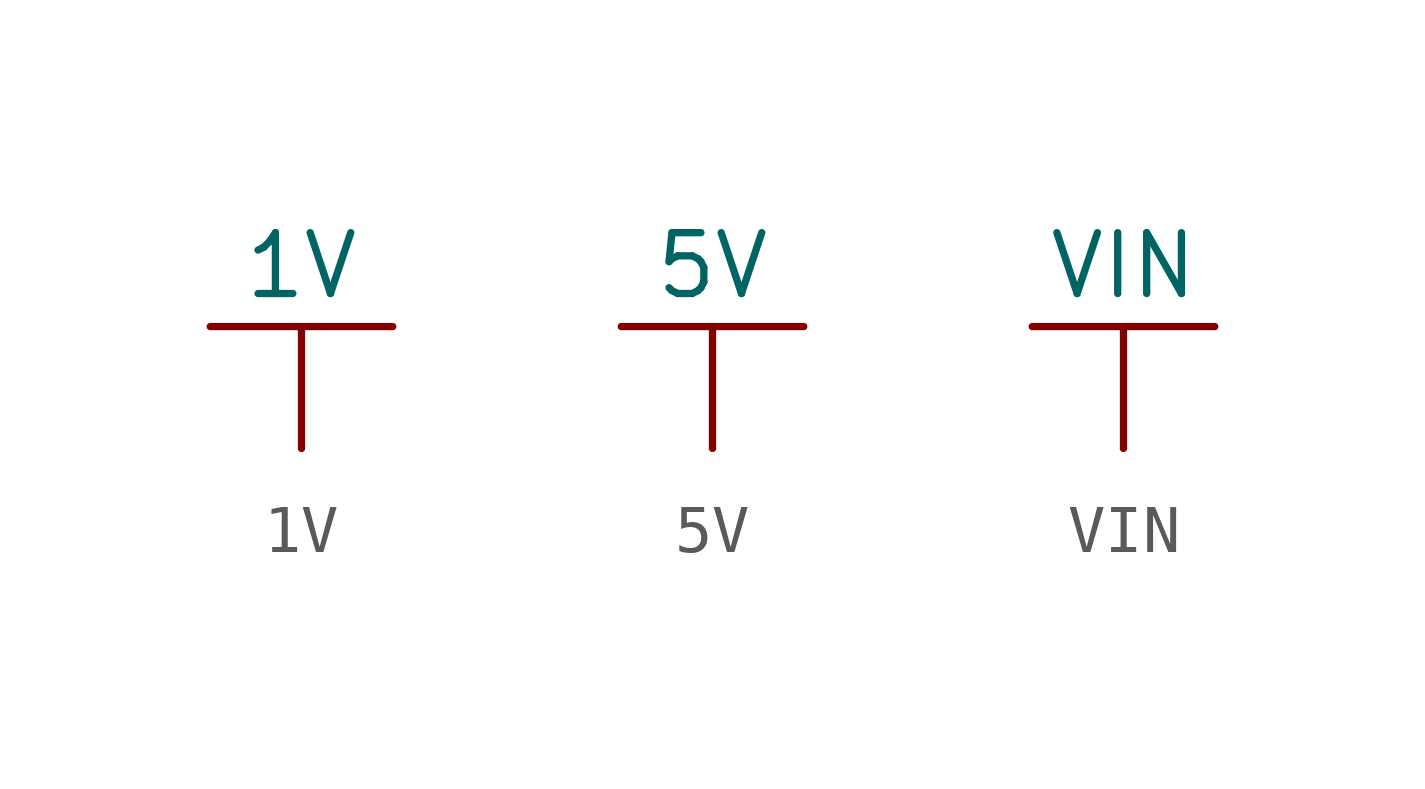
<source format=kicad_sym>
(kicad_symbol_lib
  (version 20211014)
  (generator kicad_symbol_editor)
  (symbol "1V"
    (power)
    (property "Reference" "#1V?"
      (at 0 -9.525 0)
      (effects (font (size 1.27 1.27)) hide))
    (property "Value" "1V"
      (at 0 1.27 0)
      (effects (font (size 1.27 1.27))))
    (symbol "1V_0_1"
      (polyline (pts (xy -1.905 0) (xy 1.905 0)) (stroke (width 0) (type default) (color 0 0 0 0)) (fill (type none)))
      (polyline (pts (xy 0 0) (xy 0 -2.54)) (stroke (width 0) (type default) (color 0 0 0 0)) (fill (type none))))
    (symbol "1V_1_1"
      (pin power_in line (at 0 -2.54 90) (length 0) (name "1V" (effects (font (size 0 0)))) (number "1" (effects (font (size 0 0)))))))
  (symbol "5V"
    (power)
    (property "Reference" "#5V?"
      (at 0 -9.525 0)
      (effects (font (size 1.27 1.27)) hide))
    (property "Value" "5V"
      (at 0 1.27 0)
      (effects (font (size 1.27 1.27))))
    (symbol "5V_0_1"
      (polyline (pts (xy -1.905 0) (xy 1.905 0)) (stroke (width 0) (type default) (color 0 0 0 0)) (fill (type none)))
      (polyline (pts (xy 0 -2.54) (xy 0 0)) (stroke (width 0) (type default) (color 0 0 0 0)) (fill (type none))))
    (symbol "5V_1_1"
      (pin power_in line (at 0 -2.54 90) (length 0) (name "5V" (effects (font (size 0 0)))) (number "1" (effects (font (size 0 0)))))))
  (symbol "VIN"
    (power)
    (property "Reference" "#VIN?"
      (at 0 -9.525 0)
      (effects (font (size 1.27 1.27)) hide))
    (property "Value" "VIN"
      (at 0 1.27 0)
      (effects (font (size 1.27 1.27))))
    (symbol "VIN_0_1"
      (polyline (pts (xy -1.905 0) (xy 1.905 0)) (stroke (width 0) (type default) (color 0 0 0 0)) (fill (type none)))
      (polyline (pts (xy 0 0) (xy 0 -2.54)) (stroke (width 0) (type default) (color 0 0 0 0)) (fill (type none))))
    (symbol "VIN_1_1"
      (pin power_in line (at 0 -2.54 90) (length 0) (name "VIN" (effects (font (size 0 0)))) (number "1" (effects (font (size 0 0))))))))
</source>
